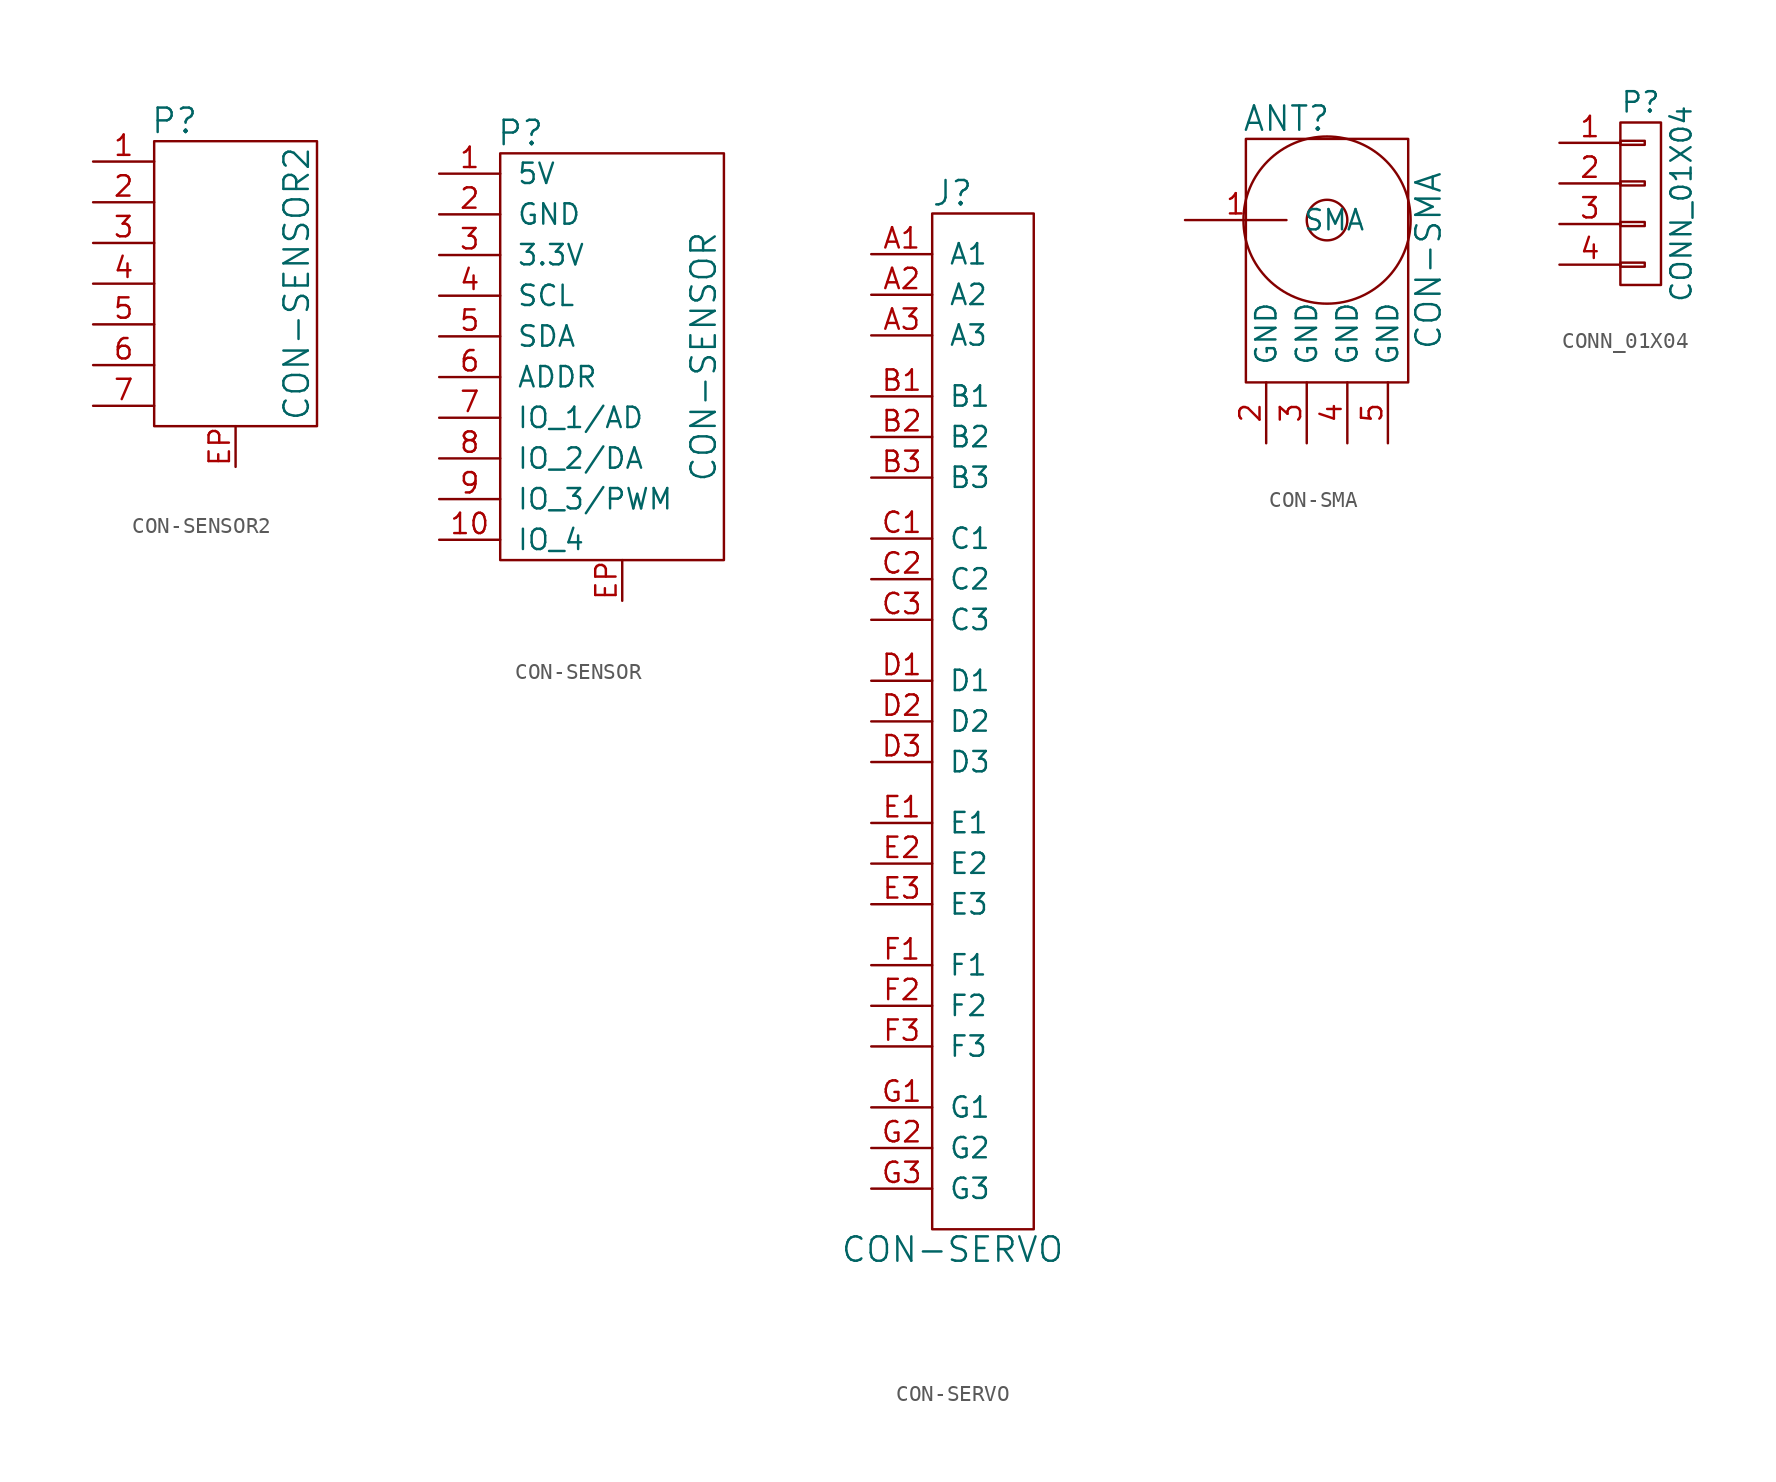
<source format=kicad_sym>
(kicad_symbol_lib
  (version 20211014)
  (generator kicad_symbol_editor)
  (symbol "CON-SENSOR2"
    (pin_names
      (offset 1.016))
    (property "Reference" "P"
      (at -3.81 10.16 0)
      (effects (font (size 1.524 1.524))))
    (property "Value" "CON-SENSOR2"
      (at 3.81 0 90)
      (effects (font (size 1.524 1.524))))
    (property "Footprint" ""
      (at 2.54 -3.81 0)
      (effects (font (size 1.524 1.524))))
    (property "Datasheet" ""
      (at 2.54 -3.81 0)
      (effects (font (size 1.524 1.524))))
    (symbol "CON-SENSOR2_0_1"
      (rectangle (start -5.08 8.89) (end 5.08 -8.89) (stroke (width 0) (type default) (color 0 0 0 0)) (fill (type none))))
    (symbol "CON-SENSOR2_1_1"
      (pin passive line (at -8.89 7.62 0) (length 3.81) (name "~" (effects (font (size 1.27 1.27)))) (number "1" (effects (font (size 1.27 1.27)))))
      (pin passive line (at -8.89 5.08 0) (length 3.81) (name "~" (effects (font (size 1.27 1.27)))) (number "2" (effects (font (size 1.27 1.27)))))
      (pin passive line (at -8.89 2.54 0) (length 3.81) (name "~" (effects (font (size 1.27 1.27)))) (number "3" (effects (font (size 1.27 1.27)))))
      (pin passive line (at -8.89 0 0) (length 3.81) (name "~" (effects (font (size 1.27 1.27)))) (number "4" (effects (font (size 1.27 1.27)))))
      (pin passive line (at -8.89 -2.54 0) (length 3.81) (name "~" (effects (font (size 1.27 1.27)))) (number "5" (effects (font (size 1.27 1.27)))))
      (pin passive line (at -8.89 -5.08 0) (length 3.81) (name "~" (effects (font (size 1.27 1.27)))) (number "6" (effects (font (size 1.27 1.27)))))
      (pin passive line (at -8.89 -7.62 0) (length 3.81) (name "~" (effects (font (size 1.27 1.27)))) (number "7" (effects (font (size 1.27 1.27)))))
      (pin passive line (at 0 -11.43 90) (length 2.54) (name "~" (effects (font (size 1.27 1.27)))) (number "EP" (effects (font (size 1.27 1.27)))))))
  (symbol "CON-SENSOR"
    (pin_names
      (offset 1.016))
    (property "Reference" "P"
      (at -6.35 13.97 0)
      (effects (font (size 1.524 1.524))))
    (property "Value" "CON-SENSOR"
      (at 5.08 0 90)
      (effects (font (size 1.524 1.524))))
    (property "Footprint" ""
      (at 0 0 0)
      (effects (font (size 1.524 1.524))))
    (property "Datasheet" ""
      (at 0 0 0)
      (effects (font (size 1.524 1.524))))
    (symbol "CON-SENSOR_0_1"
      (rectangle (start -7.62 12.7) (end 6.35 -12.7) (stroke (width 0) (type default) (color 0 0 0 0)) (fill (type none))))
    (symbol "CON-SENSOR_1_1"
      (pin passive line (at -11.43 11.43 0) (length 3.81) (name "5V" (effects (font (size 1.27 1.27)))) (number "1" (effects (font (size 1.27 1.27)))))
      (pin passive line (at -11.43 -11.43 0) (length 3.81) (name "IO_4" (effects (font (size 1.27 1.27)))) (number "10" (effects (font (size 1.27 1.27)))))
      (pin passive line (at -11.43 8.89 0) (length 3.81) (name "GND" (effects (font (size 1.27 1.27)))) (number "2" (effects (font (size 1.27 1.27)))))
      (pin passive line (at -11.43 6.35 0) (length 3.81) (name "3.3V" (effects (font (size 1.27 1.27)))) (number "3" (effects (font (size 1.27 1.27)))))
      (pin passive line (at -11.43 3.81 0) (length 3.81) (name "SCL" (effects (font (size 1.27 1.27)))) (number "4" (effects (font (size 1.27 1.27)))))
      (pin passive line (at -11.43 1.27 0) (length 3.81) (name "SDA" (effects (font (size 1.27 1.27)))) (number "5" (effects (font (size 1.27 1.27)))))
      (pin passive line (at -11.43 -1.27 0) (length 3.81) (name "ADDR" (effects (font (size 1.27 1.27)))) (number "6" (effects (font (size 1.27 1.27)))))
      (pin passive line (at -11.43 -3.81 0) (length 3.81) (name "IO_1/AD" (effects (font (size 1.27 1.27)))) (number "7" (effects (font (size 1.27 1.27)))))
      (pin passive line (at -11.43 -6.35 0) (length 3.81) (name "IO_2/DA" (effects (font (size 1.27 1.27)))) (number "8" (effects (font (size 1.27 1.27)))))
      (pin passive line (at -11.43 -8.89 0) (length 3.81) (name "IO_3/PWM" (effects (font (size 1.27 1.27)))) (number "9" (effects (font (size 1.27 1.27)))))
      (pin passive line (at 0 -15.24 90) (length 2.54) (name "~" (effects (font (size 1.27 1.27)))) (number "EP" (effects (font (size 1.27 1.27)))))))
  (symbol "CON-SERVO"
    (pin_names
      (offset 1.016))
    (property "Reference" "J"
      (at 0 27.94 0)
      (effects (font (size 1.524 1.524))))
    (property "Value" "CON-SERVO"
      (at 0 -38.1 0)
      (effects (font (size 1.524 1.524))))
    (property "Footprint" ""
      (at 0 0 0)
      (effects (font (size 1.524 1.524))))
    (property "Datasheet" ""
      (at 0 0 0)
      (effects (font (size 1.524 1.524))))
    (symbol "CON-SERVO_0_1"
      (rectangle (start -1.27 26.67) (end 5.08 -36.83) (stroke (width 0) (type default) (color 0 0 0 0)) (fill (type none))))
    (symbol "CON-SERVO_1_1"
      (pin input line (at -5.08 24.13 0) (length 3.81) (name "A1" (effects (font (size 1.27 1.27)))) (number "A1" (effects (font (size 1.27 1.27)))))
      (pin passive line (at -5.08 21.59 0) (length 3.81) (name "A2" (effects (font (size 1.27 1.27)))) (number "A2" (effects (font (size 1.27 1.27)))))
      (pin passive line (at -5.08 19.05 0) (length 3.81) (name "A3" (effects (font (size 1.27 1.27)))) (number "A3" (effects (font (size 1.27 1.27)))))
      (pin passive line (at -5.08 15.24 0) (length 3.81) (name "B1" (effects (font (size 1.27 1.27)))) (number "B1" (effects (font (size 1.27 1.27)))))
      (pin passive line (at -5.08 12.7 0) (length 3.81) (name "B2" (effects (font (size 1.27 1.27)))) (number "B2" (effects (font (size 1.27 1.27)))))
      (pin passive line (at -5.08 10.16 0) (length 3.81) (name "B3" (effects (font (size 1.27 1.27)))) (number "B3" (effects (font (size 1.27 1.27)))))
      (pin passive line (at -5.08 6.35 0) (length 3.81) (name "C1" (effects (font (size 1.27 1.27)))) (number "C1" (effects (font (size 1.27 1.27)))))
      (pin passive line (at -5.08 3.81 0) (length 3.81) (name "C2" (effects (font (size 1.27 1.27)))) (number "C2" (effects (font (size 1.27 1.27)))))
      (pin passive line (at -5.08 1.27 0) (length 3.81) (name "C3" (effects (font (size 1.27 1.27)))) (number "C3" (effects (font (size 1.27 1.27)))))
      (pin passive line (at -5.08 -2.54 0) (length 3.81) (name "D1" (effects (font (size 1.27 1.27)))) (number "D1" (effects (font (size 1.27 1.27)))))
      (pin passive line (at -5.08 -5.08 0) (length 3.81) (name "D2" (effects (font (size 1.27 1.27)))) (number "D2" (effects (font (size 1.27 1.27)))))
      (pin passive line (at -5.08 -7.62 0) (length 3.81) (name "D3" (effects (font (size 1.27 1.27)))) (number "D3" (effects (font (size 1.27 1.27)))))
      (pin passive line (at -5.08 -11.43 0) (length 3.81) (name "E1" (effects (font (size 1.27 1.27)))) (number "E1" (effects (font (size 1.27 1.27)))))
      (pin passive line (at -5.08 -13.97 0) (length 3.81) (name "E2" (effects (font (size 1.27 1.27)))) (number "E2" (effects (font (size 1.27 1.27)))))
      (pin passive line (at -5.08 -16.51 0) (length 3.81) (name "E3" (effects (font (size 1.27 1.27)))) (number "E3" (effects (font (size 1.27 1.27)))))
      (pin passive line (at -5.08 -20.32 0) (length 3.81) (name "F1" (effects (font (size 1.27 1.27)))) (number "F1" (effects (font (size 1.27 1.27)))))
      (pin passive line (at -5.08 -22.86 0) (length 3.81) (name "F2" (effects (font (size 1.27 1.27)))) (number "F2" (effects (font (size 1.27 1.27)))))
      (pin passive line (at -5.08 -25.4 0) (length 3.81) (name "F3" (effects (font (size 1.27 1.27)))) (number "F3" (effects (font (size 1.27 1.27)))))
      (pin passive line (at -5.08 -29.21 0) (length 3.81) (name "G1" (effects (font (size 1.27 1.27)))) (number "G1" (effects (font (size 1.27 1.27)))))
      (pin passive line (at -5.08 -31.75 0) (length 3.81) (name "G2" (effects (font (size 1.27 1.27)))) (number "G2" (effects (font (size 1.27 1.27)))))
      (pin passive line (at -5.08 -34.29 0) (length 3.81) (name "G3" (effects (font (size 1.27 1.27)))) (number "G3" (effects (font (size 1.27 1.27)))))))
  (symbol "CON-SMA"
    (pin_names
      (offset 1.016))
    (property "Reference" "ANT"
      (at -2.54 13.97 0)
      (effects (font (size 1.524 1.524))))
    (property "Value" "CON-SMA"
      (at 6.35 5.08 90)
      (effects (font (size 1.524 1.524))))
    (property "Footprint" ""
      (at 0 0 0)
      (effects (font (size 1.524 1.524))))
    (property "Datasheet" ""
      (at 0 0 0)
      (effects (font (size 1.524 1.524))))
    (symbol "CON-SMA_0_1"
      (rectangle (start -5.08 12.7) (end 5.08 -2.54) (stroke (width 0) (type default) (color 0 0 0 0)) (fill (type none)))
      (circle (center 0 7.62) (radius 1.27) (stroke (width 0) (type default) (color 0 0 0 0)) (fill (type none)))
      (circle (center 0 7.62) (radius 5.232) (stroke (width 0) (type default) (color 0 0 0 0)) (fill (type none))))
    (symbol "CON-SMA_1_1"
      (pin passive line (at -8.89 7.62 0) (length 6.35) (name "SMA" (effects (font (size 1.27 1.27)))) (number "1" (effects (font (size 1.27 1.27)))))
      (pin passive line (at -3.81 -6.35 90) (length 3.81) (name "GND" (effects (font (size 1.27 1.27)))) (number "2" (effects (font (size 1.27 1.27)))))
      (pin passive line (at -1.27 -6.35 90) (length 3.81) (name "GND" (effects (font (size 1.27 1.27)))) (number "3" (effects (font (size 1.27 1.27)))))
      (pin passive line (at 1.27 -6.35 90) (length 3.81) (name "GND" (effects (font (size 1.27 1.27)))) (number "4" (effects (font (size 1.27 1.27)))))
      (pin passive line (at 3.81 -6.35 90) (length 3.81) (name "GND" (effects (font (size 1.27 1.27)))) (number "5" (effects (font (size 1.27 1.27)))))))
  (symbol "CONN_01X04"
    (pin_names
      (offset 1.016) hide)
    (property "Reference" "P"
      (at 0 6.35 0)
      (effects (font (size 1.27 1.27))))
    (property "Value" "CONN_01X04"
      (at 2.54 0 90)
      (effects (font (size 1.27 1.27))))
    (property "Footprint" ""
      (at 0 0 0)
      (effects (font (size 1.27 1.27))))
    (property "Datasheet" ""
      (at 0 0 0)
      (effects (font (size 1.27 1.27))))
    (symbol "CONN_01X04_0_1"
      (rectangle (start -1.27 -3.683) (end 0.254 -3.937) (stroke (width 0) (type default) (color 0 0 0 0)) (fill (type none)))
      (rectangle (start -1.27 -1.143) (end 0.254 -1.397) (stroke (width 0) (type default) (color 0 0 0 0)) (fill (type none)))
      (rectangle (start -1.27 1.397) (end 0.254 1.143) (stroke (width 0) (type default) (color 0 0 0 0)) (fill (type none)))
      (rectangle (start -1.27 3.937) (end 0.254 3.683) (stroke (width 0) (type default) (color 0 0 0 0)) (fill (type none)))
      (rectangle (start -1.27 5.08) (end 1.27 -5.08) (stroke (width 0) (type default) (color 0 0 0 0)) (fill (type none))))
    (symbol "CONN_01X04_1_1"
      (pin passive line (at -5.08 3.81 0) (length 3.81) (name "P1" (effects (font (size 1.27 1.27)))) (number "1" (effects (font (size 1.27 1.27)))))
      (pin passive line (at -5.08 1.27 0) (length 3.81) (name "P2" (effects (font (size 1.27 1.27)))) (number "2" (effects (font (size 1.27 1.27)))))
      (pin passive line (at -5.08 -1.27 0) (length 3.81) (name "P3" (effects (font (size 1.27 1.27)))) (number "3" (effects (font (size 1.27 1.27)))))
      (pin passive line (at -5.08 -3.81 0) (length 3.81) (name "P4" (effects (font (size 1.27 1.27)))) (number "4" (effects (font (size 1.27 1.27))))))))
</source>
